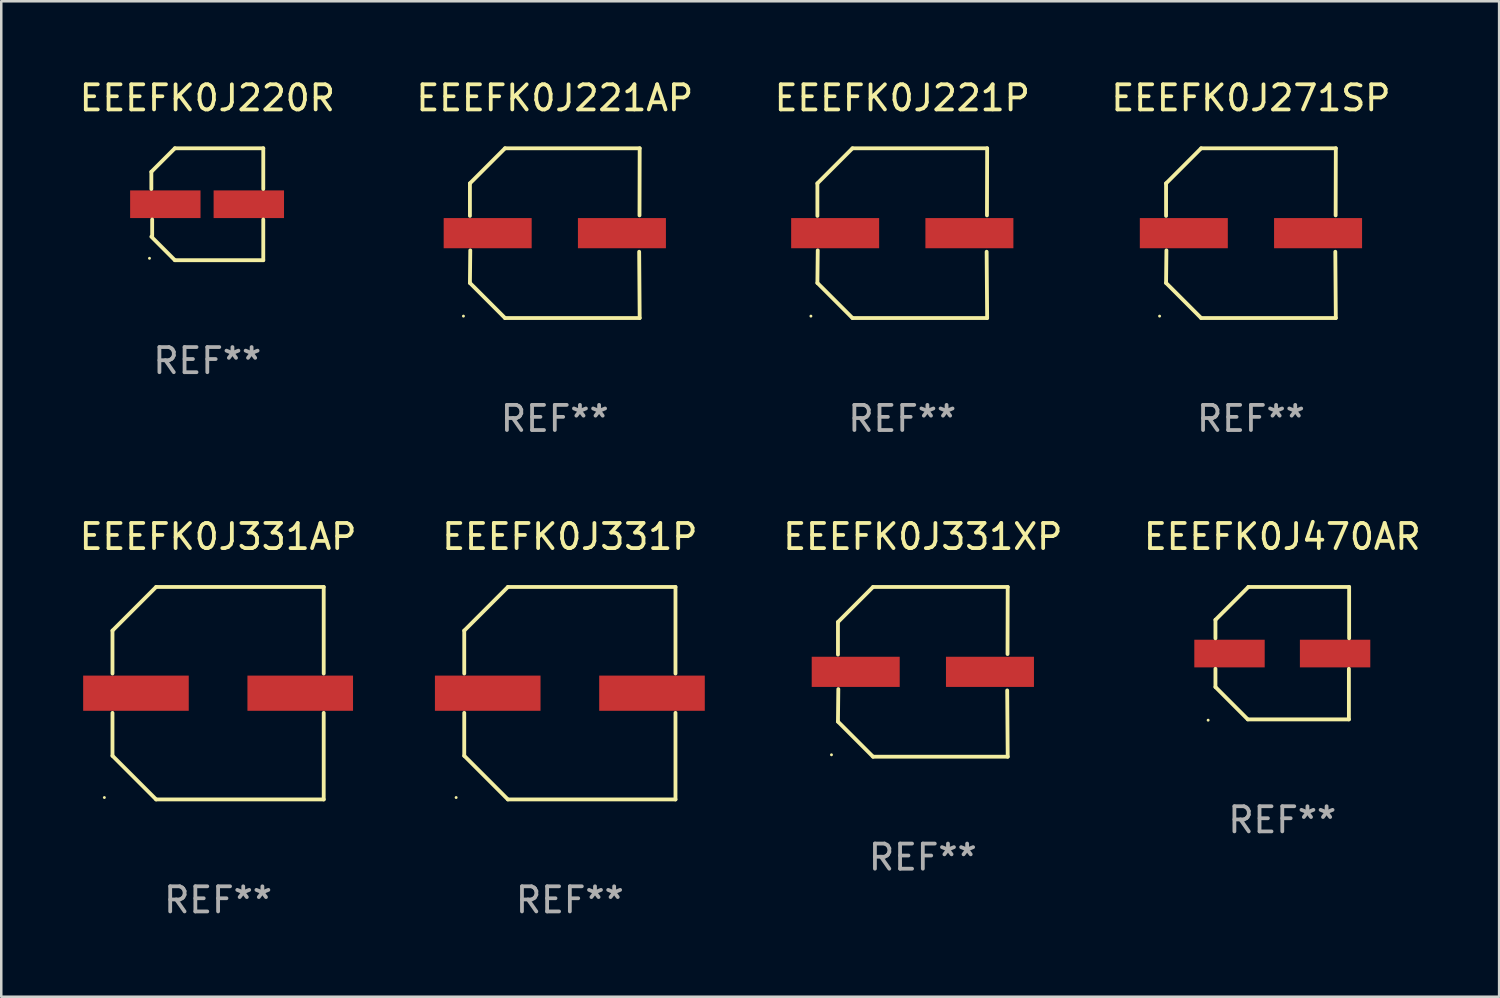
<source format=kicad_pcb>
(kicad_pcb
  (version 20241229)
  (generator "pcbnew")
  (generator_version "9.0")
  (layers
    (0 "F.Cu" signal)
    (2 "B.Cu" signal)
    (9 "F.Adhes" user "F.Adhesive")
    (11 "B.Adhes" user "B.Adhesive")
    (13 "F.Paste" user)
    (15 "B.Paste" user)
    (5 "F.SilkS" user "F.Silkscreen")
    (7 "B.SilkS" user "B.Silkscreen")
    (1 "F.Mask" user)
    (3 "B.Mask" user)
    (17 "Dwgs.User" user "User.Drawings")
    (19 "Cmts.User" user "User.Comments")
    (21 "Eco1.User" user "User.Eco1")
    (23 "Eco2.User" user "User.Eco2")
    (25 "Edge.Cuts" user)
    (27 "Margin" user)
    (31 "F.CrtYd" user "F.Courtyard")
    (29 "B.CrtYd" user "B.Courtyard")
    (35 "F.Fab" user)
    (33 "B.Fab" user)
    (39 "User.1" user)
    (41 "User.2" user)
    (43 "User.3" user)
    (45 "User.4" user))
  (footprint "EEEFK0J331XP"
    (layer "F.Cu")
    (at 33.657 23.673)
    (property "Reference" "EEEFK0J331XP" (at 0 -5.376 0) (layer "F.SilkS") (effects (font (size 1 1) (thickness 0.15))))
    (attr through_hole)
    (fp_line (start -3.376 -1.98) (end -3.376 -0.686) (stroke (width 0.152) (type solid)) (layer "F.SilkS"))
    (fp_line (start -3.376 1.981) (end -3.362 0.686) (stroke (width 0.152) (type solid)) (layer "F.SilkS"))
    (fp_line (start -1.981 3.376) (end -3.376 1.981) (stroke (width 0.152) (type solid)) (layer "F.SilkS"))
    (fp_line (start -1.98 -3.376) (end -3.376 -1.98) (stroke (width 0.152) (type solid)) (layer "F.SilkS"))
    (fp_line (start 3.356 0.74) (end 3.376 3.376) (stroke (width 0.152) (type solid)) (layer "F.SilkS"))
    (fp_line (start 3.369 -0.707) (end 3.376 -3.376) (stroke (width 0.152) (type solid)) (layer "F.SilkS"))
    (fp_line (start 3.376 3.376) (end -1.981 3.376) (stroke (width 0.152) (type solid)) (layer "F.SilkS"))
    (fp_line (start 3.376 -3.376) (end -1.98 -3.376) (stroke (width 0.152) (type solid)) (layer "F.SilkS"))
    (fp_circle (center -3.634 3.3) (end -3.604 3.3) (stroke (width 0.06) (type solid)) (fill no) (layer "F.SilkS"))
    (fp_text user "REF**" (at 0 7.376 0) (layer "F.Fab") (effects (font (size 1 1) (thickness 0.15))))
    (pad "1" smd rect (at -2.67 0.000254) (size 3.5 1.2) (layers "F.Cu" "F.Mask" "F.Paste"))
    (pad "2" smd rect (at 2.67 0.000254) (size 3.5 1.2) (layers "F.Cu" "F.Mask" "F.Paste")))
  (footprint "EEEFK0J271SP"
    (layer "F.Cu")
    (at 46.708 6.224)
    (property "Reference" "EEEFK0J271SP" (at 0 -5.376 0) (layer "F.SilkS") (effects (font (size 1 1) (thickness 0.15))))
    (attr through_hole)
    (fp_line (start -3.376 -1.98) (end -3.376 -0.686) (stroke (width 0.152) (type solid)) (layer "F.SilkS"))
    (fp_line (start -3.376 1.981) (end -3.362 0.686) (stroke (width 0.152) (type solid)) (layer "F.SilkS"))
    (fp_line (start -1.981 3.376) (end -3.376 1.981) (stroke (width 0.152) (type solid)) (layer "F.SilkS"))
    (fp_line (start -1.98 -3.376) (end -3.376 -1.98) (stroke (width 0.152) (type solid)) (layer "F.SilkS"))
    (fp_line (start 3.356 0.74) (end 3.376 3.376) (stroke (width 0.152) (type solid)) (layer "F.SilkS"))
    (fp_line (start 3.369 -0.707) (end 3.376 -3.376) (stroke (width 0.152) (type solid)) (layer "F.SilkS"))
    (fp_line (start 3.376 3.376) (end -1.981 3.376) (stroke (width 0.152) (type solid)) (layer "F.SilkS"))
    (fp_line (start 3.376 -3.376) (end -1.98 -3.376) (stroke (width 0.152) (type solid)) (layer "F.SilkS"))
    (fp_circle (center -3.634 3.3) (end -3.604 3.3) (stroke (width 0.06) (type solid)) (fill no) (layer "F.SilkS"))
    (fp_text user "REF**" (at 0 7.376 0) (layer "F.Fab") (effects (font (size 1 1) (thickness 0.15))))
    (pad "1" smd rect (at -2.67 0.000254) (size 3.5 1.2) (layers "F.Cu" "F.Mask" "F.Paste"))
    (pad "2" smd rect (at 2.67 0.000254) (size 3.5 1.2) (layers "F.Cu" "F.Mask" "F.Paste")))
  (footprint "EEEFK0J331P"
    (layer "F.Cu")
    (at 19.617 24.523)
    (property "Reference" "EEEFK0J331P" (at 0 -6.226 0) (layer "F.SilkS") (effects (font (size 1 1) (thickness 0.15))))
    (attr through_hole)
    (fp_line (start -4.201 -2.49) (end -4.201 -0.782) (stroke (width 0.152) (type solid)) (layer "F.SilkS"))
    (fp_line (start -4.201 2.49) (end -4.201 0.782) (stroke (width 0.152) (type solid)) (layer "F.SilkS"))
    (fp_line (start -2.465 -4.226) (end -4.201 -2.49) (stroke (width 0.152) (type solid)) (layer "F.SilkS"))
    (fp_line (start -2.465 4.226) (end -4.201 2.49) (stroke (width 0.152) (type solid)) (layer "F.SilkS"))
    (fp_line (start 4.201 -4.226) (end -2.465 -4.226) (stroke (width 0.152) (type solid)) (layer "F.SilkS"))
    (fp_line (start 4.201 -0.782) (end 4.201 -4.226) (stroke (width 0.152) (type solid)) (layer "F.SilkS"))
    (fp_line (start 4.201 0.782) (end 4.201 4.226) (stroke (width 0.152) (type solid)) (layer "F.SilkS"))
    (fp_line (start 4.201 4.226) (end -2.465 4.226) (stroke (width 0.152) (type solid)) (layer "F.SilkS"))
    (fp_circle (center -4.524 4.15) (end -4.494 4.15) (stroke (width 0.06) (type solid)) (fill no) (layer "F.SilkS"))
    (fp_text user "REF**" (at 0 8.226 0) (layer "F.Fab") (effects (font (size 1 1) (thickness 0.15))))
    (pad "1" smd rect (at -3.267 0) (size 4.2 1.4) (layers "F.Cu" "F.Mask" "F.Paste"))
    (pad "2" smd rect (at 3.267 0) (size 4.2 1.4) (layers "F.Cu" "F.Mask" "F.Paste")))
  (footprint "EEEFK0J331AP"
    (layer "F.Cu")
    (at 5.625 24.523)
    (property "Reference" "EEEFK0J331AP" (at 0 -6.226 0) (layer "F.SilkS") (effects (font (size 1 1) (thickness 0.15))))
    (attr through_hole)
    (fp_line (start -4.201 -2.49) (end -4.201 -0.782) (stroke (width 0.152) (type solid)) (layer "F.SilkS"))
    (fp_line (start -4.201 2.49) (end -4.201 0.782) (stroke (width 0.152) (type solid)) (layer "F.SilkS"))
    (fp_line (start -2.465 -4.226) (end -4.201 -2.49) (stroke (width 0.152) (type solid)) (layer "F.SilkS"))
    (fp_line (start -2.465 4.226) (end -4.201 2.49) (stroke (width 0.152) (type solid)) (layer "F.SilkS"))
    (fp_line (start 4.201 -4.226) (end -2.465 -4.226) (stroke (width 0.152) (type solid)) (layer "F.SilkS"))
    (fp_line (start 4.201 -0.782) (end 4.201 -4.226) (stroke (width 0.152) (type solid)) (layer "F.SilkS"))
    (fp_line (start 4.201 0.782) (end 4.201 4.226) (stroke (width 0.152) (type solid)) (layer "F.SilkS"))
    (fp_line (start 4.201 4.226) (end -2.465 4.226) (stroke (width 0.152) (type solid)) (layer "F.SilkS"))
    (fp_circle (center -4.524 4.15) (end -4.494 4.15) (stroke (width 0.06) (type solid)) (fill no) (layer "F.SilkS"))
    (fp_text user "REF**" (at 0 8.226 0) (layer "F.Fab") (effects (font (size 1 1) (thickness 0.15))))
    (pad "1" smd rect (at -3.267 0) (size 4.2 1.4) (layers "F.Cu" "F.Mask" "F.Paste"))
    (pad "2" smd rect (at 3.267 0) (size 4.2 1.4) (layers "F.Cu" "F.Mask" "F.Paste")))
  (footprint "EEEFK0J221P"
    (layer "F.Cu")
    (at 32.839 6.224)
    (property "Reference" "EEEFK0J221P" (at 0 -5.376 0) (layer "F.SilkS") (effects (font (size 1 1) (thickness 0.15))))
    (attr through_hole)
    (fp_line (start -3.376 -1.98) (end -3.376 -0.686) (stroke (width 0.152) (type solid)) (layer "F.SilkS"))
    (fp_line (start -3.376 1.981) (end -3.362 0.686) (stroke (width 0.152) (type solid)) (layer "F.SilkS"))
    (fp_line (start -1.981 3.376) (end -3.376 1.981) (stroke (width 0.152) (type solid)) (layer "F.SilkS"))
    (fp_line (start -1.98 -3.376) (end -3.376 -1.98) (stroke (width 0.152) (type solid)) (layer "F.SilkS"))
    (fp_line (start 3.356 0.74) (end 3.376 3.376) (stroke (width 0.152) (type solid)) (layer "F.SilkS"))
    (fp_line (start 3.369 -0.707) (end 3.376 -3.376) (stroke (width 0.152) (type solid)) (layer "F.SilkS"))
    (fp_line (start 3.376 3.376) (end -1.981 3.376) (stroke (width 0.152) (type solid)) (layer "F.SilkS"))
    (fp_line (start 3.376 -3.376) (end -1.98 -3.376) (stroke (width 0.152) (type solid)) (layer "F.SilkS"))
    (fp_circle (center -3.634 3.3) (end -3.604 3.3) (stroke (width 0.06) (type solid)) (fill no) (layer "F.SilkS"))
    (fp_text user "REF**" (at 0 7.376 0) (layer "F.Fab") (effects (font (size 1 1) (thickness 0.15))))
    (pad "1" smd rect (at -2.67 0.000254) (size 3.5 1.2) (layers "F.Cu" "F.Mask" "F.Paste"))
    (pad "2" smd rect (at 2.67 0.000254) (size 3.5 1.2) (layers "F.Cu" "F.Mask" "F.Paste")))
  (footprint "EEEFK0J221AP"
    (layer "F.Cu")
    (at 19.018 6.224)
    (property "Reference" "EEEFK0J221AP" (at 0 -5.376 0) (layer "F.SilkS") (effects (font (size 1 1) (thickness 0.15))))
    (attr through_hole)
    (fp_line (start -3.376 -1.98) (end -3.376 -0.686) (stroke (width 0.152) (type solid)) (layer "F.SilkS"))
    (fp_line (start -3.376 1.981) (end -3.362 0.686) (stroke (width 0.152) (type solid)) (layer "F.SilkS"))
    (fp_line (start -1.981 3.376) (end -3.376 1.981) (stroke (width 0.152) (type solid)) (layer "F.SilkS"))
    (fp_line (start -1.98 -3.376) (end -3.376 -1.98) (stroke (width 0.152) (type solid)) (layer "F.SilkS"))
    (fp_line (start 3.356 0.74) (end 3.376 3.376) (stroke (width 0.152) (type solid)) (layer "F.SilkS"))
    (fp_line (start 3.369 -0.707) (end 3.376 -3.376) (stroke (width 0.152) (type solid)) (layer "F.SilkS"))
    (fp_line (start 3.376 3.376) (end -1.981 3.376) (stroke (width 0.152) (type solid)) (layer "F.SilkS"))
    (fp_line (start 3.376 -3.376) (end -1.98 -3.376) (stroke (width 0.152) (type solid)) (layer "F.SilkS"))
    (fp_circle (center -3.634 3.3) (end -3.604 3.3) (stroke (width 0.06) (type solid)) (fill no) (layer "F.SilkS"))
    (fp_text user "REF**" (at 0 7.376 0) (layer "F.Fab") (effects (font (size 1 1) (thickness 0.15))))
    (pad "1" smd rect (at -2.67 0.000254) (size 3.5 1.2) (layers "F.Cu" "F.Mask" "F.Paste"))
    (pad "2" smd rect (at 2.67 0.000254) (size 3.5 1.2) (layers "F.Cu" "F.Mask" "F.Paste")))
  (footprint "EEEFK0J220R"
    (layer "F.Cu")
    (at 5.196 5.074)
    (property "Reference" "EEEFK0J220R" (at 0 -4.226 0) (layer "F.SilkS") (effects (font (size 1 1) (thickness 0.15))))
    (attr through_hole)
    (fp_line (start -2.226 -1.29) (end -2.226 -0.607) (stroke (width 0.152) (type solid)) (layer "F.SilkS"))
    (fp_line (start -2.193 1.29) (end -2.193 0.607) (stroke (width 0.152) (type solid)) (layer "F.SilkS"))
    (fp_line (start -1.29 2.226) (end -2.226 1.29) (stroke (width 0.152) (type solid)) (layer "F.SilkS"))
    (fp_line (start -1.29 -2.226) (end -2.226 -1.29) (stroke (width 0.152) (type solid)) (layer "F.SilkS"))
    (fp_line (start 2.226 -2.226) (end -1.29 -2.226) (stroke (width 0.152) (type solid)) (layer "F.SilkS"))
    (fp_line (start 2.226 -0.607) (end 2.226 -2.226) (stroke (width 0.152) (type solid)) (layer "F.SilkS"))
    (fp_line (start 2.226 0.607) (end 2.226 2.226) (stroke (width 0.152) (type solid)) (layer "F.SilkS"))
    (fp_line (start 2.226 2.226) (end -1.29 2.226) (stroke (width 0.152) (type solid)) (layer "F.SilkS"))
    (fp_circle (center -2.3 2.15) (end -2.27 2.15) (stroke (width 0.06) (type solid)) (fill no) (layer "F.SilkS"))
    (fp_text user "REF**" (at 0 6.226 0) (layer "F.Fab") (effects (font (size 1 1) (thickness 0.15))))
    (pad "1" smd rect (at -1.67 -0.000025) (size 2.8 1.1) (layers "F.Cu" "F.Mask" "F.Paste"))
    (pad "2" smd rect (at 1.651 -0.000025) (size 2.8 1.1) (layers "F.Cu" "F.Mask" "F.Paste")))
  (footprint "EEEFK0J470AR"
    (layer "F.Cu")
    (at 47.955 22.931)
    (property "Reference" "EEEFK0J470AR" (at 0 -4.634 0) (layer "F.SilkS") (effects (font (size 1 1) (thickness 0.15))))
    (attr through_hole)
    (fp_line (start -2.659 -1.326) (end -2.659 -0.592) (stroke (width 0.152) (type solid)) (layer "F.SilkS"))
    (fp_line (start -2.659 1.346) (end -2.659 0.622) (stroke (width 0.152) (type solid)) (layer "F.SilkS"))
    (fp_line (start -1.372 2.634) (end -2.659 1.346) (stroke (width 0.152) (type solid)) (layer "F.SilkS"))
    (fp_line (start -1.349 -2.634) (end -2.659 -1.326) (stroke (width 0.152) (type solid)) (layer "F.SilkS"))
    (fp_line (start 2.649 0.622) (end 2.649 2.634) (stroke (width 0.152) (type solid)) (layer "F.SilkS"))
    (fp_line (start 2.649 2.634) (end -1.372 2.634) (stroke (width 0.152) (type solid)) (layer "F.SilkS"))
    (fp_line (start 2.659 -2.634) (end -1.349 -2.634) (stroke (width 0.152) (type solid)) (layer "F.SilkS"))
    (fp_line (start 2.659 -0.592) (end 2.659 -2.634) (stroke (width 0.152) (type solid)) (layer "F.SilkS"))
    (fp_circle (center -2.95 2.665) (end -2.92 2.665) (stroke (width 0.06) (type solid)) (fill no) (layer "F.SilkS"))
    (fp_text user "REF**" (at 0 6.634 0) (layer "F.Fab") (effects (font (size 1 1) (thickness 0.15))))
    (pad "1" smd rect (at -2.1 0.015) (size 2.8 1.1) (layers "F.Cu" "F.Mask" "F.Paste"))
    (pad "2" smd rect (at 2.1 0.015) (size 2.8 1.1) (layers "F.Cu" "F.Mask" "F.Paste")))
  (gr_rect
    (start -3 -3)
    (end 56.58 36.597)
    (stroke (width 0.1) (type default))
    (fill no)
    (layer "Edge.Cuts")))
</source>
